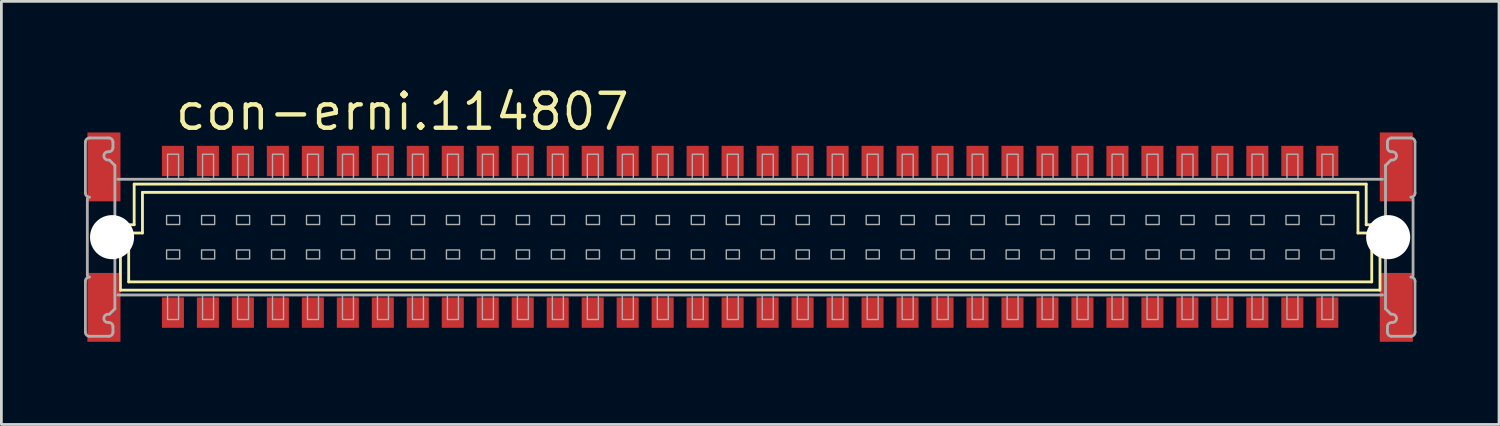
<source format=kicad_pcb>
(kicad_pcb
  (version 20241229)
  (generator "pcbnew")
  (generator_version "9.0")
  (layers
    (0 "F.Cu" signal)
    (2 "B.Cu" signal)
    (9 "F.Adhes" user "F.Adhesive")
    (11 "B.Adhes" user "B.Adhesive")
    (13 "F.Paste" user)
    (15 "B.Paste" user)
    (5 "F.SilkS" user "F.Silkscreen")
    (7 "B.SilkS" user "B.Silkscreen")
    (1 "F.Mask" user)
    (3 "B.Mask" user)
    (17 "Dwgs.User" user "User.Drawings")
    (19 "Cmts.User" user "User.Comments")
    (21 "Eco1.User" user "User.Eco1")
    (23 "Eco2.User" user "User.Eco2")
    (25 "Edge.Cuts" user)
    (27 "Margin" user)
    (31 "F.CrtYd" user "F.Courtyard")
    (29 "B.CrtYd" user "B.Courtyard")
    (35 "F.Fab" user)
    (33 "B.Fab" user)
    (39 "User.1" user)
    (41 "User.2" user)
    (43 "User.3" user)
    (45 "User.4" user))
  (footprint "con-erni.114807"
    (layer "F.Cu")
    (at 24.183 5.56)
    (property "Reference" "con-erni.114807" (at -20.955 -3.81 0) (layer "F.SilkS") (effects (font (size 1.27 1.27) (thickness 0.16)) (justify left bottom)))
    (attr smd)
    (fp_line (start -22.861 1.924) (end -22.861 -0.451) (stroke (width 0.102) (type default)) (layer "F.SilkS"))
    (fp_line (start -22.561 -0.151) (end -22.562 -0.151) (stroke (width 0.102) (type default)) (layer "F.SilkS"))
    (fp_line (start -22.561 1.624) (end -22.561 -0.151) (stroke (width 0.102) (type default)) (layer "F.SilkS"))
    (fp_line (start -22.561 1.624) (end 22.567 1.624) (stroke (width 0.102) (type default)) (layer "F.SilkS"))
    (fp_line (start -22.362 -1.926) (end -22.362 -0.451) (stroke (width 0.102) (type default)) (layer "F.SilkS"))
    (fp_line (start -22.362 -0.451) (end -22.861 -0.451) (stroke (width 0.102) (type default)) (layer "F.SilkS"))
    (fp_line (start -22.062 -0.151) (end -22.561 -0.151) (stroke (width 0.102) (type default)) (layer "F.SilkS"))
    (fp_line (start -22.061 -0.151) (end -22.061 -1.626) (stroke (width 0.102) (type default)) (layer "F.SilkS"))
    (fp_line (start -20.332 -2.101) (end -19.632 -2.101) (stroke (width 0.102) (type default)) (layer "F.SilkS"))
    (fp_line (start 22.058 -1.626) (end -22.061 -1.626) (stroke (width 0.102) (type default)) (layer "F.SilkS"))
    (fp_line (start 22.068 -0.151) (end 22.068 -1.626) (stroke (width 0.102) (type default)) (layer "F.SilkS"))
    (fp_line (start 22.367 -0.451) (end 22.367 -1.926) (stroke (width 0.102) (type default)) (layer "F.SilkS"))
    (fp_line (start 22.367 -0.451) (end 22.867 -0.451) (stroke (width 0.102) (type default)) (layer "F.SilkS"))
    (fp_line (start 22.368 -1.926) (end -22.362 -1.926) (stroke (width 0.102) (type default)) (layer "F.SilkS"))
    (fp_line (start 22.568 -0.151) (end 22.068 -0.151) (stroke (width 0.102) (type default)) (layer "F.SilkS"))
    (fp_line (start 22.568 1.624) (end 22.568 -0.151) (stroke (width 0.102) (type default)) (layer "F.SilkS"))
    (fp_line (start 22.848 1.924) (end -22.861 1.924) (stroke (width 0.102) (type default)) (layer "F.SilkS"))
    (fp_line (start 22.868 1.924) (end 22.868 -0.451) (stroke (width 0.102) (type default)) (layer "F.SilkS"))
    (fp_circle (center -23.162 -0.008) (end -22.361 -0.008) (stroke (width 0.001) (type default)) (fill no) (layer "F.SilkS"))
    (fp_line (start -24.132 -1.601) (end -24.132 -3.451) (stroke (width 0.102) (type default)) (layer "F.Fab"))
    (fp_line (start -24.132 3.449) (end -24.132 1.599) (stroke (width 0.102) (type default)) (layer "F.Fab"))
    (fp_line (start -24.062 -1.401) (end -24.062 1.399) (stroke (width 0.102) (type default)) (layer "F.Fab"))
    (fp_line (start -23.982 -3.601) (end -23.282 -3.601) (stroke (width 0.102) (type default)) (layer "F.Fab"))
    (fp_line (start -23.282 3.599) (end -23.982 3.599) (stroke (width 0.102) (type default)) (layer "F.Fab"))
    (fp_line (start -23.262 -2.801) (end -23.062 -2.601) (stroke (width 0.102) (type default)) (layer "F.Fab"))
    (fp_line (start -23.132 -3.451) (end -23.132 -3.251) (stroke (width 0.102) (type default)) (layer "F.Fab"))
    (fp_line (start -23.132 3.249) (end -23.132 3.449) (stroke (width 0.102) (type default)) (layer "F.Fab"))
    (fp_line (start -23.062 -2.601) (end -23.062 2.599) (stroke (width 0.102) (type default)) (layer "F.Fab"))
    (fp_line (start -23.062 2.599) (end -23.262 2.799) (stroke (width 0.102) (type default)) (layer "F.Fab"))
    (fp_line (start 22.958 -2.101) (end -22.952 -2.101) (stroke (width 0.102) (type default)) (layer "F.Fab"))
    (fp_line (start 22.958 2.099) (end -22.952 2.099) (stroke (width 0.102) (type default)) (layer "F.Fab"))
    (fp_line (start 23.068 -2.601) (end 23.068 2.599) (stroke (width 0.102) (type default)) (layer "F.Fab"))
    (fp_line (start 23.068 2.599) (end 23.268 2.799) (stroke (width 0.102) (type default)) (layer "F.Fab"))
    (fp_line (start 23.138 -3.451) (end 23.138 -3.251) (stroke (width 0.102) (type default)) (layer "F.Fab"))
    (fp_line (start 23.138 3.249) (end 23.138 3.449) (stroke (width 0.102) (type default)) (layer "F.Fab"))
    (fp_line (start 23.268 -2.801) (end 23.068 -2.601) (stroke (width 0.102) (type default)) (layer "F.Fab"))
    (fp_line (start 23.288 3.599) (end 23.988 3.599) (stroke (width 0.102) (type default)) (layer "F.Fab"))
    (fp_line (start 23.988 -3.601) (end 23.288 -3.601) (stroke (width 0.102) (type default)) (layer "F.Fab"))
    (fp_line (start 24.068 -1.401) (end 24.068 1.399) (stroke (width 0.102) (type default)) (layer "F.Fab"))
    (fp_line (start 24.138 -1.601) (end 24.138 -3.451) (stroke (width 0.102) (type default)) (layer "F.Fab"))
    (fp_line (start 24.138 3.449) (end 24.138 1.599) (stroke (width 0.102) (type default)) (layer "F.Fab"))
    (fp_rect (start -21.185 -0.46) (end -20.71 -0.785) (stroke (width 0.05) (type default)) (fill no) (layer "F.Fab"))
    (fp_rect (start -21.185 0.79) (end -20.71 0.465) (stroke (width 0.05) (type default)) (fill no) (layer "F.Fab"))
    (fp_rect (start -21.15 -2.125) (end -20.75 -3.01) (stroke (width 0.05) (type default)) (fill no) (layer "F.Fab"))
    (fp_rect (start -21.15 2.99) (end -20.75 2.1) (stroke (width 0.05) (type default)) (fill no) (layer "F.Fab"))
    (fp_rect (start -19.915 -0.46) (end -19.44 -0.785) (stroke (width 0.05) (type default)) (fill no) (layer "F.Fab"))
    (fp_rect (start -19.915 0.79) (end -19.44 0.465) (stroke (width 0.05) (type default)) (fill no) (layer "F.Fab"))
    (fp_rect (start -19.88 -2.125) (end -19.48 -3.01) (stroke (width 0.05) (type default)) (fill no) (layer "F.Fab"))
    (fp_rect (start -19.88 2.99) (end -19.48 2.1) (stroke (width 0.05) (type default)) (fill no) (layer "F.Fab"))
    (fp_rect (start -18.645 -0.46) (end -18.17 -0.785) (stroke (width 0.05) (type default)) (fill no) (layer "F.Fab"))
    (fp_rect (start -18.645 0.79) (end -18.17 0.465) (stroke (width 0.05) (type default)) (fill no) (layer "F.Fab"))
    (fp_rect (start -18.61 -2.125) (end -18.21 -3.01) (stroke (width 0.05) (type default)) (fill no) (layer "F.Fab"))
    (fp_rect (start -18.61 2.99) (end -18.21 2.1) (stroke (width 0.05) (type default)) (fill no) (layer "F.Fab"))
    (fp_rect (start -17.375 -0.46) (end -16.9 -0.785) (stroke (width 0.05) (type default)) (fill no) (layer "F.Fab"))
    (fp_rect (start -17.375 0.79) (end -16.9 0.465) (stroke (width 0.05) (type default)) (fill no) (layer "F.Fab"))
    (fp_rect (start -17.34 -2.125) (end -16.94 -3.01) (stroke (width 0.05) (type default)) (fill no) (layer "F.Fab"))
    (fp_rect (start -17.34 2.99) (end -16.94 2.1) (stroke (width 0.05) (type default)) (fill no) (layer "F.Fab"))
    (fp_rect (start -16.105 -0.46) (end -15.63 -0.785) (stroke (width 0.05) (type default)) (fill no) (layer "F.Fab"))
    (fp_rect (start -16.105 0.79) (end -15.63 0.465) (stroke (width 0.05) (type default)) (fill no) (layer "F.Fab"))
    (fp_rect (start -16.07 -2.125) (end -15.67 -3.01) (stroke (width 0.05) (type default)) (fill no) (layer "F.Fab"))
    (fp_rect (start -16.07 2.99) (end -15.67 2.1) (stroke (width 0.05) (type default)) (fill no) (layer "F.Fab"))
    (fp_rect (start -14.835 -0.46) (end -14.36 -0.785) (stroke (width 0.05) (type default)) (fill no) (layer "F.Fab"))
    (fp_rect (start -14.835 0.79) (end -14.36 0.465) (stroke (width 0.05) (type default)) (fill no) (layer "F.Fab"))
    (fp_rect (start -14.8 -2.125) (end -14.4 -3.01) (stroke (width 0.05) (type default)) (fill no) (layer "F.Fab"))
    (fp_rect (start -14.8 2.99) (end -14.4 2.1) (stroke (width 0.05) (type default)) (fill no) (layer "F.Fab"))
    (fp_rect (start -13.565 -0.46) (end -13.09 -0.785) (stroke (width 0.05) (type default)) (fill no) (layer "F.Fab"))
    (fp_rect (start -13.565 0.79) (end -13.09 0.465) (stroke (width 0.05) (type default)) (fill no) (layer "F.Fab"))
    (fp_rect (start -13.53 -2.125) (end -13.13 -3.01) (stroke (width 0.05) (type default)) (fill no) (layer "F.Fab"))
    (fp_rect (start -13.53 2.99) (end -13.13 2.1) (stroke (width 0.05) (type default)) (fill no) (layer "F.Fab"))
    (fp_rect (start -12.295 -0.46) (end -11.82 -0.785) (stroke (width 0.05) (type default)) (fill no) (layer "F.Fab"))
    (fp_rect (start -12.295 0.79) (end -11.82 0.465) (stroke (width 0.05) (type default)) (fill no) (layer "F.Fab"))
    (fp_rect (start -12.26 -2.125) (end -11.86 -3.01) (stroke (width 0.05) (type default)) (fill no) (layer "F.Fab"))
    (fp_rect (start -12.26 2.99) (end -11.86 2.1) (stroke (width 0.05) (type default)) (fill no) (layer "F.Fab"))
    (fp_rect (start -11.025 -0.46) (end -10.55 -0.785) (stroke (width 0.05) (type default)) (fill no) (layer "F.Fab"))
    (fp_rect (start -11.025 0.79) (end -10.55 0.465) (stroke (width 0.05) (type default)) (fill no) (layer "F.Fab"))
    (fp_rect (start -10.99 -2.125) (end -10.59 -3.01) (stroke (width 0.05) (type default)) (fill no) (layer "F.Fab"))
    (fp_rect (start -10.99 2.99) (end -10.59 2.1) (stroke (width 0.05) (type default)) (fill no) (layer "F.Fab"))
    (fp_rect (start -9.755 -0.46) (end -9.28 -0.785) (stroke (width 0.05) (type default)) (fill no) (layer "F.Fab"))
    (fp_rect (start -9.755 0.79) (end -9.28 0.465) (stroke (width 0.05) (type default)) (fill no) (layer "F.Fab"))
    (fp_rect (start -9.72 -2.125) (end -9.32 -3.01) (stroke (width 0.05) (type default)) (fill no) (layer "F.Fab"))
    (fp_rect (start -9.72 2.99) (end -9.32 2.1) (stroke (width 0.05) (type default)) (fill no) (layer "F.Fab"))
    (fp_rect (start -8.485 -0.46) (end -8.01 -0.785) (stroke (width 0.05) (type default)) (fill no) (layer "F.Fab"))
    (fp_rect (start -8.485 0.79) (end -8.01 0.465) (stroke (width 0.05) (type default)) (fill no) (layer "F.Fab"))
    (fp_rect (start -8.45 -2.125) (end -8.05 -3.01) (stroke (width 0.05) (type default)) (fill no) (layer "F.Fab"))
    (fp_rect (start -8.45 2.99) (end -8.05 2.1) (stroke (width 0.05) (type default)) (fill no) (layer "F.Fab"))
    (fp_rect (start -7.215 -0.46) (end -6.74 -0.785) (stroke (width 0.05) (type default)) (fill no) (layer "F.Fab"))
    (fp_rect (start -7.215 0.79) (end -6.74 0.465) (stroke (width 0.05) (type default)) (fill no) (layer "F.Fab"))
    (fp_rect (start -7.18 -2.125) (end -6.78 -3.01) (stroke (width 0.05) (type default)) (fill no) (layer "F.Fab"))
    (fp_rect (start -7.18 2.99) (end -6.78 2.1) (stroke (width 0.05) (type default)) (fill no) (layer "F.Fab"))
    (fp_rect (start -5.945 -0.46) (end -5.47 -0.785) (stroke (width 0.05) (type default)) (fill no) (layer "F.Fab"))
    (fp_rect (start -5.945 0.79) (end -5.47 0.465) (stroke (width 0.05) (type default)) (fill no) (layer "F.Fab"))
    (fp_rect (start -5.91 -2.125) (end -5.51 -3.01) (stroke (width 0.05) (type default)) (fill no) (layer "F.Fab"))
    (fp_rect (start -5.91 2.99) (end -5.51 2.1) (stroke (width 0.05) (type default)) (fill no) (layer "F.Fab"))
    (fp_rect (start -4.675 -0.46) (end -4.2 -0.785) (stroke (width 0.05) (type default)) (fill no) (layer "F.Fab"))
    (fp_rect (start -4.675 0.79) (end -4.2 0.465) (stroke (width 0.05) (type default)) (fill no) (layer "F.Fab"))
    (fp_rect (start -4.64 -2.125) (end -4.24 -3.01) (stroke (width 0.05) (type default)) (fill no) (layer "F.Fab"))
    (fp_rect (start -4.64 2.99) (end -4.24 2.1) (stroke (width 0.05) (type default)) (fill no) (layer "F.Fab"))
    (fp_rect (start -3.405 -0.46) (end -2.93 -0.785) (stroke (width 0.05) (type default)) (fill no) (layer "F.Fab"))
    (fp_rect (start -3.405 0.79) (end -2.93 0.465) (stroke (width 0.05) (type default)) (fill no) (layer "F.Fab"))
    (fp_rect (start -3.37 -2.125) (end -2.97 -3.01) (stroke (width 0.05) (type default)) (fill no) (layer "F.Fab"))
    (fp_rect (start -3.37 2.99) (end -2.97 2.1) (stroke (width 0.05) (type default)) (fill no) (layer "F.Fab"))
    (fp_rect (start -2.135 -0.46) (end -1.66 -0.785) (stroke (width 0.05) (type default)) (fill no) (layer "F.Fab"))
    (fp_rect (start -2.135 0.79) (end -1.66 0.465) (stroke (width 0.05) (type default)) (fill no) (layer "F.Fab"))
    (fp_rect (start -2.1 -2.125) (end -1.7 -3.01) (stroke (width 0.05) (type default)) (fill no) (layer "F.Fab"))
    (fp_rect (start -2.1 2.99) (end -1.7 2.1) (stroke (width 0.05) (type default)) (fill no) (layer "F.Fab"))
    (fp_rect (start -0.865 -0.46) (end -0.39 -0.785) (stroke (width 0.05) (type default)) (fill no) (layer "F.Fab"))
    (fp_rect (start -0.865 0.79) (end -0.39 0.465) (stroke (width 0.05) (type default)) (fill no) (layer "F.Fab"))
    (fp_rect (start -0.83 -2.125) (end -0.43 -3.01) (stroke (width 0.05) (type default)) (fill no) (layer "F.Fab"))
    (fp_rect (start -0.83 2.99) (end -0.43 2.1) (stroke (width 0.05) (type default)) (fill no) (layer "F.Fab"))
    (fp_rect (start 0.405 -0.46) (end 0.88 -0.785) (stroke (width 0.05) (type default)) (fill no) (layer "F.Fab"))
    (fp_rect (start 0.405 0.79) (end 0.88 0.465) (stroke (width 0.05) (type default)) (fill no) (layer "F.Fab"))
    (fp_rect (start 0.44 -2.125) (end 0.84 -3.01) (stroke (width 0.05) (type default)) (fill no) (layer "F.Fab"))
    (fp_rect (start 0.44 2.99) (end 0.84 2.1) (stroke (width 0.05) (type default)) (fill no) (layer "F.Fab"))
    (fp_rect (start 1.675 -0.46) (end 2.15 -0.785) (stroke (width 0.05) (type default)) (fill no) (layer "F.Fab"))
    (fp_rect (start 1.675 0.79) (end 2.15 0.465) (stroke (width 0.05) (type default)) (fill no) (layer "F.Fab"))
    (fp_rect (start 1.71 -2.125) (end 2.11 -3.01) (stroke (width 0.05) (type default)) (fill no) (layer "F.Fab"))
    (fp_rect (start 1.71 2.99) (end 2.11 2.1) (stroke (width 0.05) (type default)) (fill no) (layer "F.Fab"))
    (fp_rect (start 2.945 -0.46) (end 3.42 -0.785) (stroke (width 0.05) (type default)) (fill no) (layer "F.Fab"))
    (fp_rect (start 2.945 0.79) (end 3.42 0.465) (stroke (width 0.05) (type default)) (fill no) (layer "F.Fab"))
    (fp_rect (start 2.98 -2.125) (end 3.38 -3.01) (stroke (width 0.05) (type default)) (fill no) (layer "F.Fab"))
    (fp_rect (start 2.98 2.99) (end 3.38 2.1) (stroke (width 0.05) (type default)) (fill no) (layer "F.Fab"))
    (fp_rect (start 4.215 -0.46) (end 4.69 -0.785) (stroke (width 0.05) (type default)) (fill no) (layer "F.Fab"))
    (fp_rect (start 4.215 0.79) (end 4.69 0.465) (stroke (width 0.05) (type default)) (fill no) (layer "F.Fab"))
    (fp_rect (start 4.25 -2.125) (end 4.65 -3.01) (stroke (width 0.05) (type default)) (fill no) (layer "F.Fab"))
    (fp_rect (start 4.25 2.99) (end 4.65 2.1) (stroke (width 0.05) (type default)) (fill no) (layer "F.Fab"))
    (fp_rect (start 5.485 -0.46) (end 5.96 -0.785) (stroke (width 0.05) (type default)) (fill no) (layer "F.Fab"))
    (fp_rect (start 5.485 0.79) (end 5.96 0.465) (stroke (width 0.05) (type default)) (fill no) (layer "F.Fab"))
    (fp_rect (start 5.52 -2.125) (end 5.92 -3.01) (stroke (width 0.05) (type default)) (fill no) (layer "F.Fab"))
    (fp_rect (start 5.52 2.99) (end 5.92 2.1) (stroke (width 0.05) (type default)) (fill no) (layer "F.Fab"))
    (fp_rect (start 6.755 -0.46) (end 7.23 -0.785) (stroke (width 0.05) (type default)) (fill no) (layer "F.Fab"))
    (fp_rect (start 6.755 0.79) (end 7.23 0.465) (stroke (width 0.05) (type default)) (fill no) (layer "F.Fab"))
    (fp_rect (start 6.79 -2.125) (end 7.19 -3.01) (stroke (width 0.05) (type default)) (fill no) (layer "F.Fab"))
    (fp_rect (start 6.79 2.99) (end 7.19 2.1) (stroke (width 0.05) (type default)) (fill no) (layer "F.Fab"))
    (fp_rect (start 8.025 -0.46) (end 8.5 -0.785) (stroke (width 0.05) (type default)) (fill no) (layer "F.Fab"))
    (fp_rect (start 8.025 0.79) (end 8.5 0.465) (stroke (width 0.05) (type default)) (fill no) (layer "F.Fab"))
    (fp_rect (start 8.06 -2.125) (end 8.46 -3.01) (stroke (width 0.05) (type default)) (fill no) (layer "F.Fab"))
    (fp_rect (start 8.06 2.99) (end 8.46 2.1) (stroke (width 0.05) (type default)) (fill no) (layer "F.Fab"))
    (fp_rect (start 9.295 -0.46) (end 9.77 -0.785) (stroke (width 0.05) (type default)) (fill no) (layer "F.Fab"))
    (fp_rect (start 9.295 0.79) (end 9.77 0.465) (stroke (width 0.05) (type default)) (fill no) (layer "F.Fab"))
    (fp_rect (start 9.33 -2.125) (end 9.73 -3.01) (stroke (width 0.05) (type default)) (fill no) (layer "F.Fab"))
    (fp_rect (start 9.33 2.99) (end 9.73 2.1) (stroke (width 0.05) (type default)) (fill no) (layer "F.Fab"))
    (fp_rect (start 10.565 -0.46) (end 11.04 -0.785) (stroke (width 0.05) (type default)) (fill no) (layer "F.Fab"))
    (fp_rect (start 10.565 0.79) (end 11.04 0.465) (stroke (width 0.05) (type default)) (fill no) (layer "F.Fab"))
    (fp_rect (start 10.6 -2.125) (end 11 -3.01) (stroke (width 0.05) (type default)) (fill no) (layer "F.Fab"))
    (fp_rect (start 10.6 2.99) (end 11 2.1) (stroke (width 0.05) (type default)) (fill no) (layer "F.Fab"))
    (fp_rect (start 11.835 -0.46) (end 12.31 -0.785) (stroke (width 0.05) (type default)) (fill no) (layer "F.Fab"))
    (fp_rect (start 11.835 0.79) (end 12.31 0.465) (stroke (width 0.05) (type default)) (fill no) (layer "F.Fab"))
    (fp_rect (start 11.87 -2.125) (end 12.27 -3.01) (stroke (width 0.05) (type default)) (fill no) (layer "F.Fab"))
    (fp_rect (start 11.87 2.99) (end 12.27 2.1) (stroke (width 0.05) (type default)) (fill no) (layer "F.Fab"))
    (fp_rect (start 13.105 -0.46) (end 13.58 -0.785) (stroke (width 0.05) (type default)) (fill no) (layer "F.Fab"))
    (fp_rect (start 13.105 0.79) (end 13.58 0.465) (stroke (width 0.05) (type default)) (fill no) (layer "F.Fab"))
    (fp_rect (start 13.14 -2.125) (end 13.54 -3.01) (stroke (width 0.05) (type default)) (fill no) (layer "F.Fab"))
    (fp_rect (start 13.14 2.99) (end 13.54 2.1) (stroke (width 0.05) (type default)) (fill no) (layer "F.Fab"))
    (fp_rect (start 14.375 -0.46) (end 14.85 -0.785) (stroke (width 0.05) (type default)) (fill no) (layer "F.Fab"))
    (fp_rect (start 14.375 0.79) (end 14.85 0.465) (stroke (width 0.05) (type default)) (fill no) (layer "F.Fab"))
    (fp_rect (start 14.41 -2.125) (end 14.81 -3.01) (stroke (width 0.05) (type default)) (fill no) (layer "F.Fab"))
    (fp_rect (start 14.41 2.99) (end 14.81 2.1) (stroke (width 0.05) (type default)) (fill no) (layer "F.Fab"))
    (fp_rect (start 15.645 -0.46) (end 16.12 -0.785) (stroke (width 0.05) (type default)) (fill no) (layer "F.Fab"))
    (fp_rect (start 15.645 0.79) (end 16.12 0.465) (stroke (width 0.05) (type default)) (fill no) (layer "F.Fab"))
    (fp_rect (start 15.68 -2.125) (end 16.08 -3.01) (stroke (width 0.05) (type default)) (fill no) (layer "F.Fab"))
    (fp_rect (start 15.68 2.99) (end 16.08 2.1) (stroke (width 0.05) (type default)) (fill no) (layer "F.Fab"))
    (fp_rect (start 16.915 -0.46) (end 17.39 -0.785) (stroke (width 0.05) (type default)) (fill no) (layer "F.Fab"))
    (fp_rect (start 16.915 0.79) (end 17.39 0.465) (stroke (width 0.05) (type default)) (fill no) (layer "F.Fab"))
    (fp_rect (start 16.95 -2.125) (end 17.35 -3.01) (stroke (width 0.05) (type default)) (fill no) (layer "F.Fab"))
    (fp_rect (start 16.95 2.99) (end 17.35 2.1) (stroke (width 0.05) (type default)) (fill no) (layer "F.Fab"))
    (fp_rect (start 18.185 -0.46) (end 18.66 -0.785) (stroke (width 0.05) (type default)) (fill no) (layer "F.Fab"))
    (fp_rect (start 18.185 0.79) (end 18.66 0.465) (stroke (width 0.05) (type default)) (fill no) (layer "F.Fab"))
    (fp_rect (start 18.22 -2.125) (end 18.62 -3.01) (stroke (width 0.05) (type default)) (fill no) (layer "F.Fab"))
    (fp_rect (start 18.22 2.99) (end 18.62 2.1) (stroke (width 0.05) (type default)) (fill no) (layer "F.Fab"))
    (fp_rect (start 19.455 -0.46) (end 19.93 -0.785) (stroke (width 0.05) (type default)) (fill no) (layer "F.Fab"))
    (fp_rect (start 19.455 0.79) (end 19.93 0.465) (stroke (width 0.05) (type default)) (fill no) (layer "F.Fab"))
    (fp_rect (start 19.49 -2.125) (end 19.89 -3.01) (stroke (width 0.05) (type default)) (fill no) (layer "F.Fab"))
    (fp_rect (start 19.49 2.99) (end 19.89 2.1) (stroke (width 0.05) (type default)) (fill no) (layer "F.Fab"))
    (fp_rect (start 20.725 -0.46) (end 21.2 -0.785) (stroke (width 0.05) (type default)) (fill no) (layer "F.Fab"))
    (fp_rect (start 20.725 0.79) (end 21.2 0.465) (stroke (width 0.05) (type default)) (fill no) (layer "F.Fab"))
    (fp_rect (start 20.76 -2.125) (end 21.16 -3.01) (stroke (width 0.05) (type default)) (fill no) (layer "F.Fab"))
    (fp_rect (start 20.76 2.99) (end 21.16 2.1) (stroke (width 0.05) (type default)) (fill no) (layer "F.Fab"))
    (fp_arc (start -24.1319 -3.4508) (mid -24.087966 -3.556866) (end -23.9819 -3.6008) (stroke (width 0.1016) (type default)) (layer "F.Fab"))
    (fp_arc (start -24.1319 1.5992) (mid -24.087966 1.493134) (end -23.9819 1.4492) (stroke (width 0.1016) (type default)) (layer "F.Fab"))
    (fp_arc (start -23.9819 -1.4508) (mid -24.087966 -1.494734) (end -24.1319 -1.6008) (stroke (width 0.1016) (type default)) (layer "F.Fab"))
    (fp_arc (start -23.9819 3.5992) (mid -24.087966 3.555266) (end -24.1319 3.4492) (stroke (width 0.1016) (type default)) (layer "F.Fab"))
    (fp_arc (start -23.3119 -2.8008) (mid -23.4619 -2.9508) (end -23.3119 -3.1008) (stroke (width 0.1016) (type default)) (layer "F.Fab"))
    (fp_arc (start -23.3119 3.0992) (mid -23.4619 2.9492) (end -23.3119 2.7992) (stroke (width 0.1016) (type default)) (layer "F.Fab"))
    (fp_arc (start -23.2819 -3.6008) (mid -23.175834 -3.556866) (end -23.1319 -3.4508) (stroke (width 0.1016) (type default)) (layer "F.Fab"))
    (fp_arc (start -23.2819 3.0992) (mid -23.175834 3.143134) (end -23.1319 3.2492) (stroke (width 0.1016) (type default)) (layer "F.Fab"))
    (fp_arc (start -23.1319 -3.2508) (mid -23.175834 -3.144734) (end -23.2819 -3.1008) (stroke (width 0.1016) (type default)) (layer "F.Fab"))
    (fp_arc (start -23.1319 3.4492) (mid -23.175834 3.555266) (end -23.2819 3.5992) (stroke (width 0.1016) (type default)) (layer "F.Fab"))
    (fp_arc (start 23.1381 -3.4508) (mid 23.182034 -3.556866) (end 23.2881 -3.6008) (stroke (width 0.1016) (type default)) (layer "F.Fab"))
    (fp_arc (start 23.1381 3.2492) (mid 23.182034 3.143134) (end 23.2881 3.0992) (stroke (width 0.1016) (type default)) (layer "F.Fab"))
    (fp_arc (start 23.2881 -3.1008) (mid 23.182034 -3.144734) (end 23.1381 -3.2508) (stroke (width 0.1016) (type default)) (layer "F.Fab"))
    (fp_arc (start 23.2881 3.5992) (mid 23.182034 3.555266) (end 23.1381 3.4492) (stroke (width 0.1016) (type default)) (layer "F.Fab"))
    (fp_arc (start 23.3181 -3.1008) (mid 23.4681 -2.9508) (end 23.3181 -2.8008) (stroke (width 0.1016) (type default)) (layer "F.Fab"))
    (fp_arc (start 23.3181 2.7992) (mid 23.4681 2.9492) (end 23.3181 3.0992) (stroke (width 0.1016) (type default)) (layer "F.Fab"))
    (fp_arc (start 23.9881 -3.6008) (mid 24.094166 -3.556866) (end 24.1381 -3.4508) (stroke (width 0.1016) (type default)) (layer "F.Fab"))
    (fp_arc (start 23.9881 1.4492) (mid 24.094166 1.493134) (end 24.1381 1.5992) (stroke (width 0.1016) (type default)) (layer "F.Fab"))
    (fp_arc (start 24.1381 -1.6008) (mid 24.094166 -1.494734) (end 23.9881 -1.4508) (stroke (width 0.1016) (type default)) (layer "F.Fab"))
    (fp_arc (start 24.1381 3.4492) (mid 24.094166 3.555266) (end 23.9881 3.5992) (stroke (width 0.1016) (type default)) (layer "F.Fab"))
    (pad "" np_thru_hole circle (at -23.165 0) (size 1.6 1.6) (drill 1.6) (layers "*.Cu" "*.Mask"))
    (pad "" np_thru_hole circle (at 23.165 0) (size 1.6 1.6) (drill 1.6) (layers "*.Cu" "*.Mask"))
    (pad "A1" smd roundrect (at -20.955 -2.765 180) (size 0.8 1.1) (layers "F.Cu" "F.Mask" "F.Paste") (roundrect_rratio 0.01))
    (pad "A2" smd roundrect (at -19.685 -2.765 180) (size 0.8 1.1) (layers "F.Cu" "F.Mask" "F.Paste") (roundrect_rratio 0.01))
    (pad "A3" smd roundrect (at -18.415 -2.765 180) (size 0.8 1.1) (layers "F.Cu" "F.Mask" "F.Paste") (roundrect_rratio 0.01))
    (pad "A4" smd roundrect (at -17.145 -2.765 180) (size 0.8 1.1) (layers "F.Cu" "F.Mask" "F.Paste") (roundrect_rratio 0.01))
    (pad "A5" smd roundrect (at -15.875 -2.765 180) (size 0.8 1.1) (layers "F.Cu" "F.Mask" "F.Paste") (roundrect_rratio 0.01))
    (pad "A6" smd roundrect (at -14.605 -2.765 180) (size 0.8 1.1) (layers "F.Cu" "F.Mask" "F.Paste") (roundrect_rratio 0.01))
    (pad "A7" smd roundrect (at -13.335 -2.765 180) (size 0.8 1.1) (layers "F.Cu" "F.Mask" "F.Paste") (roundrect_rratio 0.01))
    (pad "A8" smd roundrect (at -12.065 -2.765 180) (size 0.8 1.1) (layers "F.Cu" "F.Mask" "F.Paste") (roundrect_rratio 0.01))
    (pad "A9" smd roundrect (at -10.795 -2.765 180) (size 0.8 1.1) (layers "F.Cu" "F.Mask" "F.Paste") (roundrect_rratio 0.01))
    (pad "A10" smd roundrect (at -9.525 -2.765 180) (size 0.8 1.1) (layers "F.Cu" "F.Mask" "F.Paste") (roundrect_rratio 0.01))
    (pad "A11" smd roundrect (at -8.255 -2.765 180) (size 0.8 1.1) (layers "F.Cu" "F.Mask" "F.Paste") (roundrect_rratio 0.01))
    (pad "A12" smd roundrect (at -6.985 -2.765 180) (size 0.8 1.1) (layers "F.Cu" "F.Mask" "F.Paste") (roundrect_rratio 0.01))
    (pad "A13" smd roundrect (at -5.715 -2.765 180) (size 0.8 1.1) (layers "F.Cu" "F.Mask" "F.Paste") (roundrect_rratio 0.01))
    (pad "A14" smd roundrect (at -4.445 -2.765 180) (size 0.8 1.1) (layers "F.Cu" "F.Mask" "F.Paste") (roundrect_rratio 0.01))
    (pad "A15" smd roundrect (at -3.175 -2.765 180) (size 0.8 1.1) (layers "F.Cu" "F.Mask" "F.Paste") (roundrect_rratio 0.01))
    (pad "A16" smd roundrect (at -1.905 -2.765 180) (size 0.8 1.1) (layers "F.Cu" "F.Mask" "F.Paste") (roundrect_rratio 0.01))
    (pad "A17" smd roundrect (at -0.635 -2.765 180) (size 0.8 1.1) (layers "F.Cu" "F.Mask" "F.Paste") (roundrect_rratio 0.01))
    (pad "A18" smd roundrect (at 0.635 -2.765 180) (size 0.8 1.1) (layers "F.Cu" "F.Mask" "F.Paste") (roundrect_rratio 0.01))
    (pad "A19" smd roundrect (at 1.905 -2.765 180) (size 0.8 1.1) (layers "F.Cu" "F.Mask" "F.Paste") (roundrect_rratio 0.01))
    (pad "A20" smd roundrect (at 3.175 -2.765 180) (size 0.8 1.1) (layers "F.Cu" "F.Mask" "F.Paste") (roundrect_rratio 0.01))
    (pad "A21" smd roundrect (at 4.445 -2.765 180) (size 0.8 1.1) (layers "F.Cu" "F.Mask" "F.Paste") (roundrect_rratio 0.01))
    (pad "A22" smd roundrect (at 5.715 -2.765 180) (size 0.8 1.1) (layers "F.Cu" "F.Mask" "F.Paste") (roundrect_rratio 0.01))
    (pad "A23" smd roundrect (at 6.985 -2.765 180) (size 0.8 1.1) (layers "F.Cu" "F.Mask" "F.Paste") (roundrect_rratio 0.01))
    (pad "A24" smd roundrect (at 8.255 -2.765 180) (size 0.8 1.1) (layers "F.Cu" "F.Mask" "F.Paste") (roundrect_rratio 0.01))
    (pad "A25" smd roundrect (at 9.525 -2.765 180) (size 0.8 1.1) (layers "F.Cu" "F.Mask" "F.Paste") (roundrect_rratio 0.01))
    (pad "A26" smd roundrect (at 10.795 -2.765 180) (size 0.8 1.1) (layers "F.Cu" "F.Mask" "F.Paste") (roundrect_rratio 0.01))
    (pad "A27" smd roundrect (at 12.065 -2.765 180) (size 0.8 1.1) (layers "F.Cu" "F.Mask" "F.Paste") (roundrect_rratio 0.01))
    (pad "A28" smd roundrect (at 13.335 -2.765 180) (size 0.8 1.1) (layers "F.Cu" "F.Mask" "F.Paste") (roundrect_rratio 0.01))
    (pad "A29" smd roundrect (at 14.605 -2.765 180) (size 0.8 1.1) (layers "F.Cu" "F.Mask" "F.Paste") (roundrect_rratio 0.01))
    (pad "A30" smd roundrect (at 15.875 -2.765 180) (size 0.8 1.1) (layers "F.Cu" "F.Mask" "F.Paste") (roundrect_rratio 0.01))
    (pad "A31" smd roundrect (at 17.145 -2.765 180) (size 0.8 1.1) (layers "F.Cu" "F.Mask" "F.Paste") (roundrect_rratio 0.01))
    (pad "A32" smd roundrect (at 18.415 -2.765 180) (size 0.8 1.1) (layers "F.Cu" "F.Mask" "F.Paste") (roundrect_rratio 0.01))
    (pad "A33" smd roundrect (at 19.685 -2.765 180) (size 0.8 1.1) (layers "F.Cu" "F.Mask" "F.Paste") (roundrect_rratio 0.01))
    (pad "A34" smd roundrect (at 20.955 -2.765 180) (size 0.8 1.1) (layers "F.Cu" "F.Mask" "F.Paste") (roundrect_rratio 0.01))
    (pad "B1" smd roundrect (at -20.955 2.74 180) (size 0.8 1.1) (layers "F.Cu" "F.Mask" "F.Paste") (roundrect_rratio 0.01))
    (pad "B2" smd roundrect (at -19.685 2.74 180) (size 0.8 1.1) (layers "F.Cu" "F.Mask" "F.Paste") (roundrect_rratio 0.01))
    (pad "B3" smd roundrect (at -18.415 2.74 180) (size 0.8 1.1) (layers "F.Cu" "F.Mask" "F.Paste") (roundrect_rratio 0.01))
    (pad "B4" smd roundrect (at -17.145 2.74 180) (size 0.8 1.1) (layers "F.Cu" "F.Mask" "F.Paste") (roundrect_rratio 0.01))
    (pad "B5" smd roundrect (at -15.875 2.74 180) (size 0.8 1.1) (layers "F.Cu" "F.Mask" "F.Paste") (roundrect_rratio 0.01))
    (pad "B6" smd roundrect (at -14.605 2.74 180) (size 0.8 1.1) (layers "F.Cu" "F.Mask" "F.Paste") (roundrect_rratio 0.01))
    (pad "B7" smd roundrect (at -13.335 2.74 180) (size 0.8 1.1) (layers "F.Cu" "F.Mask" "F.Paste") (roundrect_rratio 0.01))
    (pad "B8" smd roundrect (at -12.065 2.74 180) (size 0.8 1.1) (layers "F.Cu" "F.Mask" "F.Paste") (roundrect_rratio 0.01))
    (pad "B9" smd roundrect (at -10.795 2.74 180) (size 0.8 1.1) (layers "F.Cu" "F.Mask" "F.Paste") (roundrect_rratio 0.01))
    (pad "B10" smd roundrect (at -9.525 2.74 180) (size 0.8 1.1) (layers "F.Cu" "F.Mask" "F.Paste") (roundrect_rratio 0.01))
    (pad "B11" smd roundrect (at -8.255 2.74 180) (size 0.8 1.1) (layers "F.Cu" "F.Mask" "F.Paste") (roundrect_rratio 0.01))
    (pad "B12" smd roundrect (at -6.985 2.74 180) (size 0.8 1.1) (layers "F.Cu" "F.Mask" "F.Paste") (roundrect_rratio 0.01))
    (pad "B13" smd roundrect (at -5.715 2.74 180) (size 0.8 1.1) (layers "F.Cu" "F.Mask" "F.Paste") (roundrect_rratio 0.01))
    (pad "B14" smd roundrect (at -4.445 2.74 180) (size 0.8 1.1) (layers "F.Cu" "F.Mask" "F.Paste") (roundrect_rratio 0.01))
    (pad "B15" smd roundrect (at -3.175 2.74 180) (size 0.8 1.1) (layers "F.Cu" "F.Mask" "F.Paste") (roundrect_rratio 0.01))
    (pad "B16" smd roundrect (at -1.905 2.74 180) (size 0.8 1.1) (layers "F.Cu" "F.Mask" "F.Paste") (roundrect_rratio 0.01))
    (pad "B17" smd roundrect (at -0.635 2.74 180) (size 0.8 1.1) (layers "F.Cu" "F.Mask" "F.Paste") (roundrect_rratio 0.01))
    (pad "B18" smd roundrect (at 0.635 2.74 180) (size 0.8 1.1) (layers "F.Cu" "F.Mask" "F.Paste") (roundrect_rratio 0.01))
    (pad "B19" smd roundrect (at 1.905 2.74 180) (size 0.8 1.1) (layers "F.Cu" "F.Mask" "F.Paste") (roundrect_rratio 0.01))
    (pad "B20" smd roundrect (at 3.175 2.74 180) (size 0.8 1.1) (layers "F.Cu" "F.Mask" "F.Paste") (roundrect_rratio 0.01))
    (pad "B21" smd roundrect (at 4.445 2.74 180) (size 0.8 1.1) (layers "F.Cu" "F.Mask" "F.Paste") (roundrect_rratio 0.01))
    (pad "B22" smd roundrect (at 5.715 2.74 180) (size 0.8 1.1) (layers "F.Cu" "F.Mask" "F.Paste") (roundrect_rratio 0.01))
    (pad "B23" smd roundrect (at 6.985 2.74 180) (size 0.8 1.1) (layers "F.Cu" "F.Mask" "F.Paste") (roundrect_rratio 0.01))
    (pad "B24" smd roundrect (at 8.255 2.74 180) (size 0.8 1.1) (layers "F.Cu" "F.Mask" "F.Paste") (roundrect_rratio 0.01))
    (pad "B25" smd roundrect (at 9.525 2.74 180) (size 0.8 1.1) (layers "F.Cu" "F.Mask" "F.Paste") (roundrect_rratio 0.01))
    (pad "B26" smd roundrect (at 10.795 2.74 180) (size 0.8 1.1) (layers "F.Cu" "F.Mask" "F.Paste") (roundrect_rratio 0.01))
    (pad "B27" smd roundrect (at 12.065 2.74 180) (size 0.8 1.1) (layers "F.Cu" "F.Mask" "F.Paste") (roundrect_rratio 0.01))
    (pad "B28" smd roundrect (at 13.335 2.74 180) (size 0.8 1.1) (layers "F.Cu" "F.Mask" "F.Paste") (roundrect_rratio 0.01))
    (pad "B29" smd roundrect (at 14.605 2.74 180) (size 0.8 1.1) (layers "F.Cu" "F.Mask" "F.Paste") (roundrect_rratio 0.01))
    (pad "B30" smd roundrect (at 15.875 2.74 180) (size 0.8 1.1) (layers "F.Cu" "F.Mask" "F.Paste") (roundrect_rratio 0.01))
    (pad "B31" smd roundrect (at 17.145 2.74 180) (size 0.8 1.1) (layers "F.Cu" "F.Mask" "F.Paste") (roundrect_rratio 0.01))
    (pad "B32" smd roundrect (at 18.415 2.74 180) (size 0.8 1.1) (layers "F.Cu" "F.Mask" "F.Paste") (roundrect_rratio 0.01))
    (pad "B33" smd roundrect (at 19.685 2.74 180) (size 0.8 1.1) (layers "F.Cu" "F.Mask" "F.Paste") (roundrect_rratio 0.01))
    (pad "B34" smd roundrect (at 20.955 2.74 180) (size 0.8 1.1) (layers "F.Cu" "F.Mask" "F.Paste") (roundrect_rratio 0.01))
    (pad "M1" smd roundrect (at -23.46 -2.55 180) (size 1.2 2.5) (layers "F.Cu" "F.Mask" "F.Paste") (roundrect_rratio 0.01))
    (pad "M2" smd roundrect (at -23.46 2.55 180) (size 1.2 2.5) (layers "F.Cu" "F.Mask" "F.Paste") (roundrect_rratio 0.01))
    (pad "M3" smd roundrect (at 23.46 2.55) (size 1.2 2.5) (layers "F.Cu" "F.Mask" "F.Paste") (roundrect_rratio 0.01))
    (pad "M4" smd roundrect (at 23.46 -2.55) (size 1.2 2.5) (layers "F.Cu" "F.Mask" "F.Paste") (roundrect_rratio 0.01)))
  (gr_rect
    (start -3 -3)
    (end 51.372 12.36)
    (stroke (width 0.1) (type default))
    (fill no)
    (layer "Edge.Cuts")))
</source>
